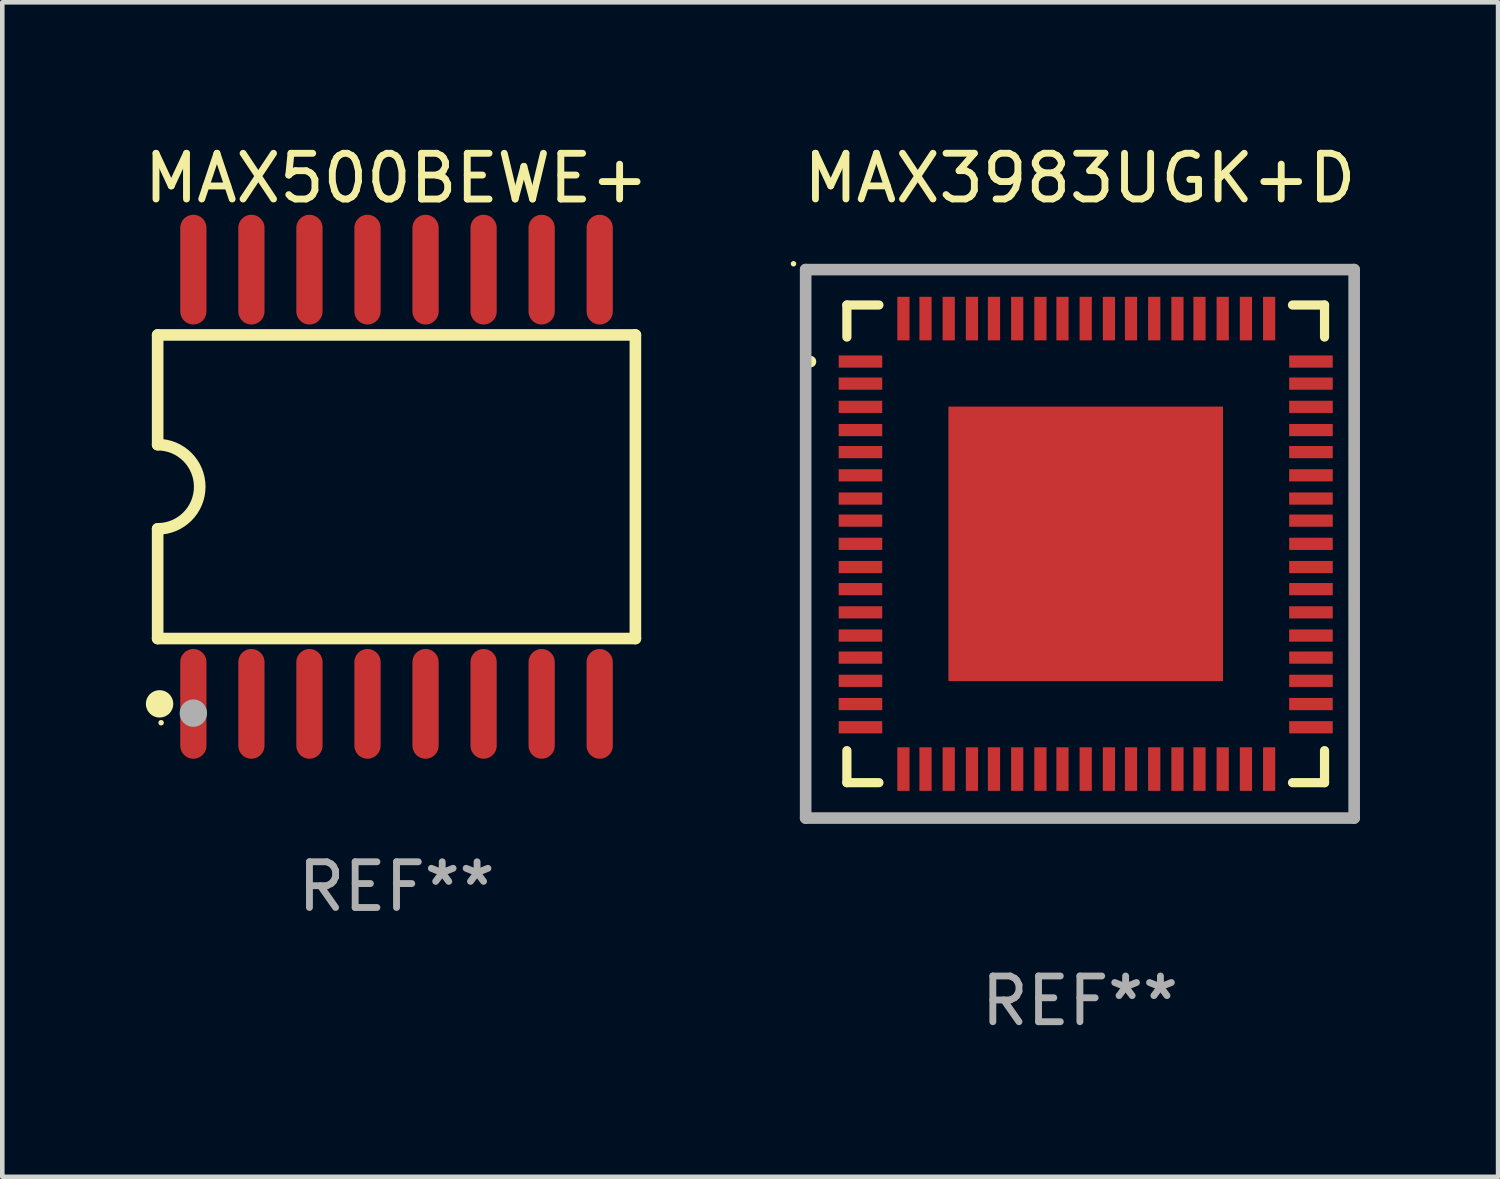
<source format=kicad_pcb>
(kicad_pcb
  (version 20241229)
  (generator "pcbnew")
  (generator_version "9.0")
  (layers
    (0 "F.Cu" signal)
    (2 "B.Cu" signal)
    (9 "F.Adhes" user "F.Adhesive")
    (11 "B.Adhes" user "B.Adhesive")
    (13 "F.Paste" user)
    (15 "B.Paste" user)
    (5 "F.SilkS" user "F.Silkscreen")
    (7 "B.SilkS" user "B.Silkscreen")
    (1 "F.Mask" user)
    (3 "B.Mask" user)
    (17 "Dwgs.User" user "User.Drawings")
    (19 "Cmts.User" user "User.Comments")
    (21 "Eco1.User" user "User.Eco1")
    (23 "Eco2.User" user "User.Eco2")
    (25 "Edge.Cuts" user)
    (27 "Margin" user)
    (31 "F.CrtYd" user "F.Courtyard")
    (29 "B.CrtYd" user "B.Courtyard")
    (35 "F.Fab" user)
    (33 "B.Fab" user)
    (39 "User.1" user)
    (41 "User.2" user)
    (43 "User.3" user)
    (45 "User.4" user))
  (footprint "MAX500BEWE+"
    (layer "F.Cu")
    (at 5.625 7.599)
    (property "Reference" "MAX500BEWE+" (at 0 -6.75 0) (layer "F.SilkS") (effects (font (size 1 1) (thickness 0.15))))
    (attr through_hole)
    (fp_line (start -5.226 -3.321) (end -5.226 -0.921) (stroke (width 0.254) (type solid)) (layer "F.SilkS"))
    (fp_line (start -5.226 -3.321) (end 5.226 -3.321) (stroke (width 0.254) (type solid)) (layer "F.SilkS"))
    (fp_line (start -5.226 3.321) (end -5.226 0.921) (stroke (width 0.254) (type solid)) (layer "F.SilkS"))
    (fp_line (start 5.226 -3.321) (end 5.226 3.321) (stroke (width 0.254) (type solid)) (layer "F.SilkS"))
    (fp_line (start 5.226 3.321) (end -5.226 3.321) (stroke (width 0.254) (type solid)) (layer "F.SilkS"))
    (fp_arc (start -5.226594 -0.920751) (mid -4.305538 0.000127) (end -5.226238 0.921361) (stroke (width 0.254001) (type solid)) (layer "F.SilkS"))
    (fp_circle (center -5.184 4.75) (end -5.034 4.75) (stroke (width 0.3) (type solid)) (fill no) (layer "F.SilkS"))
    (fp_circle (center -5.15 5.163) (end -5.12 5.163) (stroke (width 0.06) (type solid)) (fill no) (layer "F.SilkS"))
    (fp_circle (center -4.445 4.953) (end -4.295 4.953) (stroke (width 0.3) (type solid)) (fill no) (layer "F.Fab"))
    (fp_text user "REF**" (at 0 8.75 0) (layer "F.Fab") (effects (font (size 1 1) (thickness 0.15))))
    (pad "1" smd oval (at -4.445 4.75) (size 0.574 2.401) (layers "F.Cu" "F.Mask" "F.Paste"))
    (pad "2" smd oval (at -3.175 4.75) (size 0.574 2.401) (layers "F.Cu" "F.Mask" "F.Paste"))
    (pad "3" smd oval (at -1.905 4.75) (size 0.574 2.401) (layers "F.Cu" "F.Mask" "F.Paste"))
    (pad "4" smd oval (at -0.635 4.75) (size 0.574 2.401) (layers "F.Cu" "F.Mask" "F.Paste"))
    (pad "5" smd oval (at 0.635 4.75) (size 0.574 2.401) (layers "F.Cu" "F.Mask" "F.Paste"))
    (pad "6" smd oval (at 1.905 4.75) (size 0.574 2.401) (layers "F.Cu" "F.Mask" "F.Paste"))
    (pad "7" smd oval (at 3.175 4.75) (size 0.574 2.401) (layers "F.Cu" "F.Mask" "F.Paste"))
    (pad "8" smd oval (at 4.445 4.75) (size 0.574 2.401) (layers "F.Cu" "F.Mask" "F.Paste"))
    (pad "9" smd oval (at 4.445 -4.75) (size 0.574 2.401) (layers "F.Cu" "F.Mask" "F.Paste"))
    (pad "10" smd oval (at 3.175 -4.75) (size 0.574 2.401) (layers "F.Cu" "F.Mask" "F.Paste"))
    (pad "11" smd oval (at 1.905 -4.75) (size 0.574 2.401) (layers "F.Cu" "F.Mask" "F.Paste"))
    (pad "12" smd oval (at 0.635 -4.75) (size 0.574 2.401) (layers "F.Cu" "F.Mask" "F.Paste"))
    (pad "13" smd oval (at -0.635 -4.75) (size 0.574 2.401) (layers "F.Cu" "F.Mask" "F.Paste"))
    (pad "14" smd oval (at -1.905 -4.75) (size 0.574 2.401) (layers "F.Cu" "F.Mask" "F.Paste"))
    (pad "15" smd oval (at -3.175 -4.75) (size 0.574 2.401) (layers "F.Cu" "F.Mask" "F.Paste"))
    (pad "16" smd oval (at -4.445 -4.75) (size 0.574 2.401) (layers "F.Cu" "F.Mask" "F.Paste")))
  (footprint "MAX3983UGK+D"
    (layer "F.Cu")
    (at 20.576 8.848)
    (property "Reference" "MAX3983UGK+D" (at 0 -8 0) (layer "F.SilkS") (effects (font (size 1 1) (thickness 0.15))))
    (attr through_hole)
    (fp_line (start -5.098 -5.225) (end -4.397 -5.225) (stroke (width 0.201) (type solid)) (layer "F.SilkS"))
    (fp_line (start -5.098 -4.524) (end -5.098 -5.225) (stroke (width 0.201) (type solid)) (layer "F.SilkS"))
    (fp_line (start -5.098 5.225) (end -5.098 4.524) (stroke (width 0.201) (type solid)) (layer "F.SilkS"))
    (fp_line (start -4.397 5.225) (end -5.098 5.225) (stroke (width 0.201) (type solid)) (layer "F.SilkS"))
    (fp_line (start 4.651 -5.225) (end 5.352 -5.225) (stroke (width 0.201) (type solid)) (layer "F.SilkS"))
    (fp_line (start 4.651 5.225) (end 5.352 5.225) (stroke (width 0.201) (type solid)) (layer "F.SilkS"))
    (fp_line (start 5.352 -5.225) (end 5.352 -4.524) (stroke (width 0.201) (type solid)) (layer "F.SilkS"))
    (fp_line (start 5.352 5.225) (end 5.352 4.524) (stroke (width 0.201) (type solid)) (layer "F.SilkS"))
    (fp_arc (start -5.892812 -3.985268) (mid -5.892818 -3.986538) (end -5.892812 -3.987808) (stroke (width 0.24892) (type solid)) (layer "F.SilkS"))
    (fp_circle (center -6.266 -6.127) (end -6.236 -6.127) (stroke (width 0.06) (type solid)) (fill no) (layer "F.SilkS"))
    (fp_line (start -6 -6) (end 6 -6) (stroke (width 0.254) (type solid)) (layer "F.Fab"))
    (fp_line (start -6 6) (end -6 -6) (stroke (width 0.254) (type solid)) (layer "F.Fab"))
    (fp_line (start 6 -6) (end 6 6) (stroke (width 0.254) (type solid)) (layer "F.Fab"))
    (fp_line (start 6 6) (end -6 6) (stroke (width 0.254) (type solid)) (layer "F.Fab"))
    (fp_text user "REF**" (at 0 10 0) (layer "F.Fab") (effects (font (size 1 1) (thickness 0.15))))
    (pad "1" smd rect (at -4.801 -3.988 90) (size 0.267 0.953) (layers "F.Cu" "F.Mask" "F.Paste"))
    (pad "2" smd rect (at -4.801 -3.505 90) (size 0.267 0.953) (layers "F.Cu" "F.Mask" "F.Paste"))
    (pad "3" smd rect (at -4.801 -2.997 90) (size 0.267 0.953) (layers "F.Cu" "F.Mask" "F.Paste"))
    (pad "4" smd rect (at -4.801 -2.489 90) (size 0.267 0.953) (layers "F.Cu" "F.Mask" "F.Paste"))
    (pad "5" smd rect (at -4.801 -2.007 90) (size 0.267 0.953) (layers "F.Cu" "F.Mask" "F.Paste"))
    (pad "6" smd rect (at -4.801 -1.499 90) (size 0.267 0.953) (layers "F.Cu" "F.Mask" "F.Paste"))
    (pad "7" smd rect (at -4.801 -0.991 90) (size 0.267 0.953) (layers "F.Cu" "F.Mask" "F.Paste"))
    (pad "8" smd rect (at -4.801 -0.508 90) (size 0.267 0.953) (layers "F.Cu" "F.Mask" "F.Paste"))
    (pad "9" smd rect (at -4.801 0 90) (size 0.267 0.953) (layers "F.Cu" "F.Mask" "F.Paste"))
    (pad "10" smd rect (at -4.801 0.508 90) (size 0.267 0.953) (layers "F.Cu" "F.Mask" "F.Paste"))
    (pad "11" smd rect (at -4.801 0.991 90) (size 0.267 0.953) (layers "F.Cu" "F.Mask" "F.Paste"))
    (pad "12" smd rect (at -4.801 1.499 90) (size 0.267 0.953) (layers "F.Cu" "F.Mask" "F.Paste"))
    (pad "13" smd rect (at -4.801 2.007 90) (size 0.267 0.953) (layers "F.Cu" "F.Mask" "F.Paste"))
    (pad "14" smd rect (at -4.801 2.489 90) (size 0.267 0.953) (layers "F.Cu" "F.Mask" "F.Paste"))
    (pad "15" smd rect (at -4.801 2.997 90) (size 0.267 0.953) (layers "F.Cu" "F.Mask" "F.Paste"))
    (pad "16" smd rect (at -4.801 3.505 90) (size 0.267 0.953) (layers "F.Cu" "F.Mask" "F.Paste"))
    (pad "17" smd rect (at -4.801 4.013 90) (size 0.267 0.953) (layers "F.Cu" "F.Mask" "F.Paste"))
    (pad "18" smd rect (at -3.861 4.928) (size 0.267 0.953) (layers "F.Cu" "F.Mask" "F.Paste"))
    (pad "19" smd rect (at -3.378 4.928) (size 0.267 0.953) (layers "F.Cu" "F.Mask" "F.Paste"))
    (pad "20" smd rect (at -2.87 4.928) (size 0.267 0.953) (layers "F.Cu" "F.Mask" "F.Paste"))
    (pad "21" smd rect (at -2.362 4.928) (size 0.267 0.953) (layers "F.Cu" "F.Mask" "F.Paste"))
    (pad "22" smd rect (at -1.88 4.928) (size 0.267 0.953) (layers "F.Cu" "F.Mask" "F.Paste"))
    (pad "23" smd rect (at -1.372 4.928) (size 0.267 0.953) (layers "F.Cu" "F.Mask" "F.Paste"))
    (pad "24" smd rect (at -0.864 4.928) (size 0.267 0.953) (layers "F.Cu" "F.Mask" "F.Paste"))
    (pad "25" smd rect (at -0.381 4.928) (size 0.267 0.953) (layers "F.Cu" "F.Mask" "F.Paste"))
    (pad "26" smd rect (at 0.127 4.928) (size 0.267 0.953) (layers "F.Cu" "F.Mask" "F.Paste"))
    (pad "27" smd rect (at 0.635 4.928) (size 0.267 0.953) (layers "F.Cu" "F.Mask" "F.Paste"))
    (pad "28" smd rect (at 1.118 4.928) (size 0.267 0.953) (layers "F.Cu" "F.Mask" "F.Paste"))
    (pad "29" smd rect (at 1.626 4.928) (size 0.267 0.953) (layers "F.Cu" "F.Mask" "F.Paste"))
    (pad "30" smd rect (at 2.134 4.928) (size 0.267 0.953) (layers "F.Cu" "F.Mask" "F.Paste"))
    (pad "31" smd rect (at 2.616 4.928) (size 0.267 0.953) (layers "F.Cu" "F.Mask" "F.Paste"))
    (pad "32" smd rect (at 3.124 4.928) (size 0.267 0.953) (layers "F.Cu" "F.Mask" "F.Paste"))
    (pad "33" smd rect (at 3.632 4.928) (size 0.267 0.953) (layers "F.Cu" "F.Mask" "F.Paste"))
    (pad "34" smd rect (at 4.14 4.928) (size 0.267 0.953) (layers "F.Cu" "F.Mask" "F.Paste"))
    (pad "35" smd rect (at 5.055 4.013 90) (size 0.267 0.953) (layers "F.Cu" "F.Mask" "F.Paste"))
    (pad "36" smd rect (at 5.055 3.505 90) (size 0.267 0.953) (layers "F.Cu" "F.Mask" "F.Paste"))
    (pad "37" smd rect (at 5.055 2.997 90) (size 0.267 0.953) (layers "F.Cu" "F.Mask" "F.Paste"))
    (pad "38" smd rect (at 5.055 2.489 90) (size 0.267 0.953) (layers "F.Cu" "F.Mask" "F.Paste"))
    (pad "39" smd rect (at 5.055 2.007 90) (size 0.267 0.953) (layers "F.Cu" "F.Mask" "F.Paste"))
    (pad "40" smd rect (at 5.055 1.499 90) (size 0.267 0.953) (layers "F.Cu" "F.Mask" "F.Paste"))
    (pad "41" smd rect (at 5.055 0.991 90) (size 0.267 0.953) (layers "F.Cu" "F.Mask" "F.Paste"))
    (pad "42" smd rect (at 5.055 0.508 90) (size 0.267 0.953) (layers "F.Cu" "F.Mask" "F.Paste"))
    (pad "43" smd rect (at 5.055 0 90) (size 0.267 0.953) (layers "F.Cu" "F.Mask" "F.Paste"))
    (pad "44" smd rect (at 5.055 -0.508 90) (size 0.267 0.953) (layers "F.Cu" "F.Mask" "F.Paste"))
    (pad "45" smd rect (at 5.055 -0.991 90) (size 0.267 0.953) (layers "F.Cu" "F.Mask" "F.Paste"))
    (pad "46" smd rect (at 5.055 -1.499 90) (size 0.267 0.953) (layers "F.Cu" "F.Mask" "F.Paste"))
    (pad "47" smd rect (at 5.055 -2.007 90) (size 0.267 0.953) (layers "F.Cu" "F.Mask" "F.Paste"))
    (pad "48" smd rect (at 5.055 -2.489 90) (size 0.267 0.953) (layers "F.Cu" "F.Mask" "F.Paste"))
    (pad "49" smd rect (at 5.055 -2.997 90) (size 0.267 0.953) (layers "F.Cu" "F.Mask" "F.Paste"))
    (pad "50" smd rect (at 5.055 -3.505 90) (size 0.267 0.953) (layers "F.Cu" "F.Mask" "F.Paste"))
    (pad "51" smd rect (at 5.055 -3.988 90) (size 0.267 0.953) (layers "F.Cu" "F.Mask" "F.Paste"))
    (pad "52" smd rect (at 4.14 -4.928) (size 0.267 0.953) (layers "F.Cu" "F.Mask" "F.Paste"))
    (pad "53" smd rect (at 3.632 -4.928) (size 0.267 0.953) (layers "F.Cu" "F.Mask" "F.Paste"))
    (pad "54" smd rect (at 3.124 -4.928) (size 0.267 0.953) (layers "F.Cu" "F.Mask" "F.Paste"))
    (pad "55" smd rect (at 2.616 -4.928) (size 0.267 0.953) (layers "F.Cu" "F.Mask" "F.Paste"))
    (pad "56" smd rect (at 2.134 -4.928) (size 0.267 0.953) (layers "F.Cu" "F.Mask" "F.Paste"))
    (pad "57" smd rect (at 1.626 -4.928) (size 0.267 0.953) (layers "F.Cu" "F.Mask" "F.Paste"))
    (pad "58" smd rect (at 1.118 -4.928) (size 0.267 0.953) (layers "F.Cu" "F.Mask" "F.Paste"))
    (pad "59" smd rect (at 0.635 -4.928) (size 0.267 0.953) (layers "F.Cu" "F.Mask" "F.Paste"))
    (pad "60" smd rect (at 0.127 -4.928) (size 0.267 0.953) (layers "F.Cu" "F.Mask" "F.Paste"))
    (pad "61" smd rect (at -0.381 -4.928) (size 0.267 0.953) (layers "F.Cu" "F.Mask" "F.Paste"))
    (pad "62" smd rect (at -0.864 -4.928) (size 0.267 0.953) (layers "F.Cu" "F.Mask" "F.Paste"))
    (pad "63" smd rect (at -1.372 -4.928) (size 0.267 0.953) (layers "F.Cu" "F.Mask" "F.Paste"))
    (pad "64" smd rect (at -1.88 -4.928) (size 0.267 0.953) (layers "F.Cu" "F.Mask" "F.Paste"))
    (pad "65" smd rect (at -2.362 -4.928) (size 0.267 0.953) (layers "F.Cu" "F.Mask" "F.Paste"))
    (pad "66" smd rect (at -2.87 -4.928) (size 0.267 0.953) (layers "F.Cu" "F.Mask" "F.Paste"))
    (pad "67" smd rect (at -3.378 -4.928) (size 0.267 0.953) (layers "F.Cu" "F.Mask" "F.Paste"))
    (pad "68" smd rect (at -3.861 -4.928) (size 0.267 0.953) (layers "F.Cu" "F.Mask" "F.Paste"))
    (pad "69" smd rect (at 0.127 0) (size 6.007 6.007) (layers "F.Cu" "F.Mask" "F.Paste")))
  (gr_rect
    (start -3 -3)
    (end 29.725 22.697)
    (stroke (width 0.1) (type default))
    (fill no)
    (layer "Edge.Cuts")))
</source>
